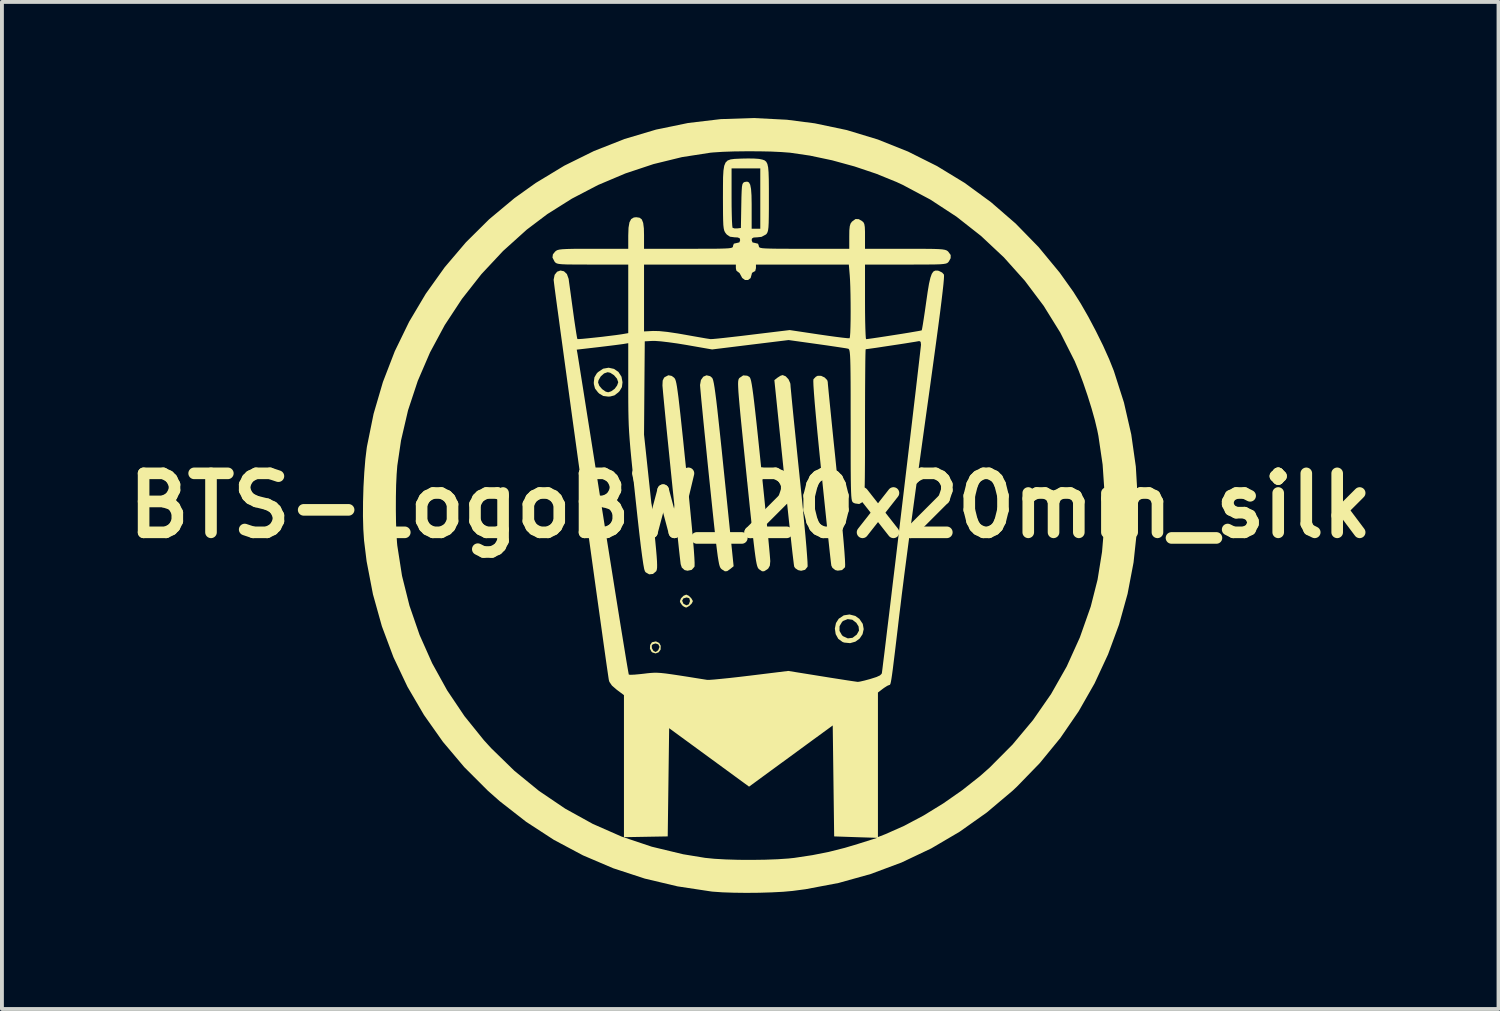
<source format=kicad_pcb>
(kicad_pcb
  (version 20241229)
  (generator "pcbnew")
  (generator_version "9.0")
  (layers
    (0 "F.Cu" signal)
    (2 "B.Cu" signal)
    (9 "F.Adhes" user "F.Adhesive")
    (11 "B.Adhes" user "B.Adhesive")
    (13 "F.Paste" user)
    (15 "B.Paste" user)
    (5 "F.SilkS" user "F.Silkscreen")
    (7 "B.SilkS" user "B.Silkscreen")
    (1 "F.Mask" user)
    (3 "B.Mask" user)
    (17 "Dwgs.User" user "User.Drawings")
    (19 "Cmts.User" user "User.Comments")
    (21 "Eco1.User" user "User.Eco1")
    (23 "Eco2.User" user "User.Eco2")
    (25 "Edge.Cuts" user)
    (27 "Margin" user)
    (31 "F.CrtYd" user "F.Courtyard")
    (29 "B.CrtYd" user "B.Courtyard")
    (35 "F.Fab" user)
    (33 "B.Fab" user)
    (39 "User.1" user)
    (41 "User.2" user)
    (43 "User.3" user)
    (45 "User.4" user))
  (footprint "BTS-LogoBW_20x20mm_silk"
    (layer "F.Cu")
    (at 16.336 10.016)
    (property "Reference" "BTS-LogoBW_20x20mm_silk" (at 0 0 0) (layer "F.SilkS") (effects (font (size 1.524 1.524) (thickness 0.3))))
    (attr board_only exclude_from_pos_files exclude_from_bom)
    (fp_poly (pts (xy -2.352 3.549) (xy -2.313 3.62) (xy -2.316 3.72) (xy -2.367 3.79) (xy -2.445 3.819) (xy -2.529 3.793) (xy -2.551 3.775) (xy -2.591 3.695) (xy -2.587 3.616) (xy -2.545 3.616) (xy -2.541 3.684) (xy -2.502 3.751) (xy -2.447 3.782) (xy -2.447 3.782) (xy -2.403 3.757) (xy -2.374 3.727) (xy -2.344 3.649) (xy -2.375 3.585) (xy -2.447 3.56) (xy -2.519 3.584) (xy -2.545 3.616) (xy -2.587 3.616) (xy -2.587 3.602) (xy -2.542 3.534) (xy -2.535 3.529) (xy -2.436 3.508)) (stroke (width 0) (type solid)) (fill yes) (layer "F.SilkS"))
    (fp_poly (pts (xy -1.591 2.327) (xy -1.525 2.39) (xy -1.486 2.457) (xy -1.483 2.472) (xy -1.511 2.528) (xy -1.574 2.59) (xy -1.641 2.629) (xy -1.66 2.633) (xy -1.716 2.609) (xy -1.759 2.574) (xy -1.806 2.506) (xy -1.817 2.466) (xy -1.814 2.458) (xy -1.759 2.458) (xy -1.727 2.532) (xy -1.722 2.537) (xy -1.648 2.575) (xy -1.586 2.549) (xy -1.558 2.47) (xy -1.557 2.462) (xy -1.575 2.393) (xy -1.639 2.373) (xy -1.646 2.373) (xy -1.729 2.398) (xy -1.759 2.458) (xy -1.814 2.458) (xy -1.788 2.394) (xy -1.723 2.328) (xy -1.653 2.299)) (stroke (width 0) (type solid)) (fill yes) (layer "F.SilkS"))
    (fp_poly (pts (xy 2.715 2.85) (xy 2.821 2.926) (xy 2.908 3.055) (xy 2.932 3.191) (xy 2.903 3.321) (xy 2.829 3.433) (xy 2.719 3.514) (xy 2.582 3.553) (xy 2.428 3.538) (xy 2.386 3.523) (xy 2.275 3.442) (xy 2.208 3.32) (xy 2.196 3.237) (xy 2.307 3.237) (xy 2.37 3.347) (xy 2.399 3.374) (xy 2.522 3.43) (xy 2.644 3.415) (xy 2.753 3.332) (xy 2.811 3.228) (xy 2.8 3.122) (xy 2.741 3.027) (xy 2.638 2.948) (xy 2.517 2.932) (xy 2.401 2.979) (xy 2.373 3.004) (xy 2.308 3.115) (xy 2.307 3.237) (xy 2.196 3.237) (xy 2.187 3.176) (xy 2.216 3.033) (xy 2.287 2.922) (xy 2.417 2.835) (xy 2.566 2.812)) (stroke (width 0) (type solid)) (fill yes) (layer "F.SilkS"))
    (fp_poly (pts (xy -3.521 -3.534) (xy -3.405 -3.454) (xy -3.326 -3.331) (xy -3.3 -3.189) (xy -3.316 -3.062) (xy -3.374 -2.963) (xy -3.409 -2.926) (xy -3.509 -2.849) (xy -3.621 -2.82) (xy -3.671 -2.818) (xy -3.797 -2.834) (xy -3.897 -2.892) (xy -3.933 -2.926) (xy -4.011 -3.027) (xy -4.04 -3.139) (xy -4.042 -3.182) (xy -3.931 -3.182) (xy -3.9 -3.097) (xy -3.827 -3.011) (xy -3.736 -2.947) (xy -3.671 -2.929) (xy -3.592 -2.955) (xy -3.507 -3.016) (xy -3.502 -3.02) (xy -3.44 -3.105) (xy -3.412 -3.185) (xy -3.411 -3.189) (xy -3.443 -3.281) (xy -3.52 -3.371) (xy -3.618 -3.434) (xy -3.685 -3.448) (xy -3.776 -3.417) (xy -3.863 -3.339) (xy -3.92 -3.24) (xy -3.931 -3.182) (xy -4.042 -3.182) (xy -4.042 -3.189) (xy -4.026 -3.315) (xy -3.967 -3.415) (xy -3.933 -3.451) (xy -3.801 -3.539) (xy -3.659 -3.564)) (stroke (width 0) (type solid)) (fill yes) (layer "F.SilkS"))
    (fp_poly (pts (xy 0.917 -3.342) (xy 0.99 -3.264) (xy 1.034 -3.165) (xy 1.04 -3.124) (xy 1.043 -3.07) (xy 1.055 -2.948) (xy 1.072 -2.766) (xy 1.095 -2.531) (xy 1.123 -2.248) (xy 1.156 -1.926) (xy 1.192 -1.569) (xy 1.231 -1.186) (xy 1.273 -0.782) (xy 1.275 -0.76) (xy 1.321 -0.316) (xy 1.362 0.094) (xy 1.397 0.466) (xy 1.428 0.793) (xy 1.452 1.07) (xy 1.469 1.293) (xy 1.48 1.456) (xy 1.483 1.554) (xy 1.481 1.58) (xy 1.417 1.658) (xy 1.315 1.683) (xy 1.237 1.666) (xy 1.164 1.617) (xy 1.137 1.578) (xy 1.129 1.531) (xy 1.115 1.417) (xy 1.094 1.243) (xy 1.068 1.013) (xy 1.038 0.735) (xy 1.003 0.415) (xy 0.965 0.059) (xy 0.925 -0.326) (xy 0.882 -0.734) (xy 0.869 -0.862) (xy 0.624 -3.243) (xy 0.706 -3.308) (xy 0.783 -3.357) (xy 0.838 -3.374)) (stroke (width 0) (type solid)) (fill yes) (layer "F.SilkS"))
    (fp_poly (pts (xy -1.036 -3.346) (xy -0.985 -3.303) (xy -0.971 -3.278) (xy -0.956 -3.232) (xy -0.94 -3.158) (xy -0.922 -3.052) (xy -0.902 -2.91) (xy -0.878 -2.725) (xy -0.851 -2.494) (xy -0.82 -2.21) (xy -0.783 -1.869) (xy -0.74 -1.466) (xy -0.692 -0.996) (xy -0.675 -0.833) (xy -0.429 1.566) (xy -0.515 1.636) (xy -0.595 1.692) (xy -0.654 1.697) (xy -0.726 1.651) (xy -0.742 1.639) (xy -0.759 1.622) (xy -0.775 1.598) (xy -0.79 1.561) (xy -0.805 1.506) (xy -0.82 1.426) (xy -0.838 1.317) (xy -0.857 1.172) (xy -0.88 0.987) (xy -0.906 0.755) (xy -0.937 0.471) (xy -0.973 0.13) (xy -1.015 -0.275) (xy -1.06 -0.706) (xy -1.102 -1.114) (xy -1.141 -1.502) (xy -1.178 -1.864) (xy -1.211 -2.194) (xy -1.239 -2.484) (xy -1.263 -2.728) (xy -1.28 -2.92) (xy -1.292 -3.051) (xy -1.297 -3.116) (xy -1.297 -3.118) (xy -1.274 -3.246) (xy -1.213 -3.332) (xy -1.129 -3.368)) (stroke (width 0) (type solid)) (fill yes) (layer "F.SilkS"))
    (fp_poly (pts (xy 1.833 -3.354) (xy 1.924 -3.311) (xy 1.989 -3.244) (xy 2.003 -3.197) (xy 2.006 -3.15) (xy 2.017 -3.035) (xy 2.034 -2.86) (xy 2.057 -2.63) (xy 2.085 -2.352) (xy 2.117 -2.033) (xy 2.153 -1.678) (xy 2.193 -1.295) (xy 2.234 -0.889) (xy 2.243 -0.803) (xy 2.299 -0.26) (xy 2.346 0.212) (xy 2.384 0.612) (xy 2.414 0.942) (xy 2.435 1.203) (xy 2.448 1.397) (xy 2.453 1.525) (xy 2.45 1.588) (xy 2.448 1.593) (xy 2.372 1.665) (xy 2.261 1.68) (xy 2.197 1.665) (xy 2.124 1.607) (xy 2.096 1.55) (xy 2.089 1.499) (xy 2.075 1.38) (xy 2.055 1.201) (xy 2.03 0.968) (xy 2 0.687) (xy 1.966 0.365) (xy 1.929 0.008) (xy 1.889 -0.377) (xy 1.847 -0.784) (xy 1.838 -0.87) (xy 1.783 -1.417) (xy 1.736 -1.896) (xy 1.698 -2.303) (xy 1.668 -2.64) (xy 1.647 -2.906) (xy 1.634 -3.1) (xy 1.63 -3.221) (xy 1.634 -3.268) (xy 1.697 -3.332) (xy 1.745 -3.356)) (stroke (width 0) (type solid)) (fill yes) (layer "F.SilkS"))
    (fp_poly (pts (xy -2.032 -3.353) (xy -1.97 -3.309) (xy -1.954 -3.292) (xy -1.939 -3.266) (xy -1.924 -3.224) (xy -1.909 -3.162) (xy -1.893 -3.073) (xy -1.876 -2.954) (xy -1.855 -2.798) (xy -1.832 -2.599) (xy -1.804 -2.353) (xy -1.772 -2.054) (xy -1.734 -1.697) (xy -1.691 -1.275) (xy -1.649 -0.871) (xy -1.594 -0.332) (xy -1.548 0.137) (xy -1.51 0.535) (xy -1.48 0.866) (xy -1.458 1.132) (xy -1.444 1.335) (xy -1.437 1.476) (xy -1.438 1.558) (xy -1.441 1.58) (xy -1.513 1.66) (xy -1.621 1.682) (xy -1.696 1.665) (xy -1.768 1.6) (xy -1.797 1.513) (xy -1.805 1.448) (xy -1.82 1.318) (xy -1.841 1.13) (xy -1.866 0.893) (xy -1.896 0.614) (xy -1.928 0.301) (xy -1.963 -0.036) (xy -2 -0.391) (xy -2.037 -0.755) (xy -2.074 -1.12) (xy -2.11 -1.477) (xy -2.145 -1.82) (xy -2.177 -2.139) (xy -2.205 -2.427) (xy -2.229 -2.675) (xy -2.248 -2.876) (xy -2.261 -3.021) (xy -2.268 -3.103) (xy -2.268 -3.111) (xy -2.262 -3.232) (xy -2.227 -3.305) (xy -2.205 -3.324) (xy -2.115 -3.369)) (stroke (width 0) (type solid)) (fill yes) (layer "F.SilkS"))
    (fp_poly (pts (xy -0.078 -3.358) (xy -0.021 -3.325) (xy -0.007 -3.308) (xy 0.008 -3.274) (xy 0.023 -3.219) (xy 0.039 -3.136) (xy 0.057 -3.021) (xy 0.078 -2.868) (xy 0.102 -2.672) (xy 0.13 -2.427) (xy 0.163 -2.129) (xy 0.201 -1.771) (xy 0.245 -1.349) (xy 0.281 -0.999) (xy 0.323 -0.591) (xy 0.363 -0.201) (xy 0.399 0.163) (xy 0.432 0.495) (xy 0.461 0.788) (xy 0.484 1.035) (xy 0.502 1.23) (xy 0.513 1.364) (xy 0.518 1.433) (xy 0.518 1.435) (xy 0.507 1.551) (xy 0.466 1.624) (xy 0.437 1.648) (xy 0.359 1.695) (xy 0.304 1.695) (xy 0.234 1.647) (xy 0.226 1.641) (xy 0.21 1.624) (xy 0.195 1.599) (xy 0.18 1.559) (xy 0.165 1.5) (xy 0.149 1.416) (xy 0.132 1.301) (xy 0.112 1.15) (xy 0.089 0.959) (xy 0.062 0.72) (xy 0.031 0.43) (xy -0.006 0.082) (xy -0.048 -0.328) (xy -0.097 -0.807) (xy -0.099 -0.825) (xy -0.148 -1.305) (xy -0.19 -1.717) (xy -0.225 -2.065) (xy -0.254 -2.357) (xy -0.276 -2.596) (xy -0.293 -2.789) (xy -0.305 -2.941) (xy -0.311 -3.057) (xy -0.314 -3.142) (xy -0.312 -3.203) (xy -0.306 -3.245) (xy -0.297 -3.273) (xy -0.285 -3.292) (xy -0.278 -3.3) (xy -0.182 -3.366)) (stroke (width 0) (type solid)) (fill yes) (layer "F.SilkS"))
    (fp_poly (pts (xy 0.947 -9.972) (xy 1.669 -9.879) (xy 2.495 -9.705) (xy 3.299 -9.461) (xy 4.077 -9.15) (xy 4.826 -8.775) (xy 5.542 -8.339) (xy 6.221 -7.842) (xy 6.859 -7.289) (xy 7.452 -6.681) (xy 7.997 -6.021) (xy 8.35 -5.525) (xy 8.539 -5.225) (xy 8.737 -4.88) (xy 8.932 -4.511) (xy 9.116 -4.139) (xy 9.275 -3.785) (xy 9.396 -3.482) (xy 9.657 -2.665) (xy 9.846 -1.84) (xy 9.964 -1.01) (xy 10.013 -0.179) (xy 9.993 0.649) (xy 9.905 1.47) (xy 9.751 2.278) (xy 9.531 3.071) (xy 9.246 3.844) (xy 8.898 4.593) (xy 8.487 5.314) (xy 8.015 6.002) (xy 7.482 6.653) (xy 6.889 7.264) (xy 6.778 7.368) (xy 6.113 7.929) (xy 5.413 8.425) (xy 4.678 8.857) (xy 3.911 9.221) (xy 3.112 9.519) (xy 2.284 9.75) (xy 1.427 9.912) (xy 1.094 9.956) (xy 0.849 9.978) (xy 0.554 9.993) (xy 0.231 10.003) (xy -0.102 10.006) (xy -0.425 10.002) (xy -0.717 9.992) (xy -0.959 9.975) (xy -1.001 9.971) (xy -1.878 9.838) (xy -2.725 9.637) (xy -3.54 9.37) (xy -4.323 9.036) (xy -5.074 8.636) (xy -5.79 8.17) (xy -6.472 7.638) (xy -6.778 7.368) (xy -7.389 6.757) (xy -7.94 6.104) (xy -8.43 5.41) (xy -8.857 4.68) (xy -9.22 3.914) (xy -9.518 3.117) (xy -9.749 2.29) (xy -9.913 1.436) (xy -9.979 0.898) (xy -9.998 0.611) (xy -10.007 0.272) (xy -10.006 0.101) (xy -9.157 0.101) (xy -9.153 0.418) (xy -9.143 0.709) (xy -9.127 0.954) (xy -9.12 1.03) (xy -8.998 1.813) (xy -8.805 2.585) (xy -8.544 3.341) (xy -8.219 4.072) (xy -7.831 4.774) (xy -7.384 5.439) (xy -6.882 6.061) (xy -6.696 6.265) (xy -6.095 6.851) (xy -5.456 7.373) (xy -4.779 7.831) (xy -4.068 8.224) (xy -3.322 8.552) (xy -2.544 8.813) (xy -1.734 9.008) (xy -1.168 9.101) (xy -0.929 9.125) (xy -0.635 9.142) (xy -0.305 9.152) (xy 0.041 9.154) (xy 0.385 9.149) (xy 0.707 9.137) (xy 0.988 9.118) (xy 1.138 9.102) (xy 1.602 9.032) (xy 2.027 8.948) (xy 2.446 8.842) (xy 2.781 8.742) (xy 3.282 8.584) (xy 2.725 8.566) (xy 2.169 8.547) (xy 2.132 5.68) (xy 1.873 5.869) (xy 1.772 5.943) (xy 1.622 6.052) (xy 1.435 6.189) (xy 1.222 6.345) (xy 0.994 6.512) (xy 0.791 6.66) (xy -0.03 7.261) (xy -2.095 5.751) (xy -2.132 8.547) (xy -2.698 8.557) (xy -3.263 8.567) (xy -3.263 4.896) (xy -3.448 4.758) (xy -3.573 4.65) (xy -3.639 4.554) (xy -3.653 4.507) (xy -3.664 4.437) (xy -3.684 4.3) (xy -3.713 4.102) (xy -3.749 3.847) (xy -3.792 3.542) (xy -3.841 3.19) (xy -3.896 2.797) (xy -3.956 2.369) (xy -4.02 1.91) (xy -4.087 1.425) (xy -4.157 0.92) (xy -4.229 0.4) (xy -4.302 -0.13) (xy -4.376 -0.666) (xy -4.45 -1.202) (xy -4.523 -1.732) (xy -4.595 -2.252) (xy -4.664 -2.757) (xy -4.73 -3.241) (xy -4.793 -3.7) (xy -4.838 -4.031) (xy -4.483 -4.031) (xy -4.465 -3.934) (xy -4.457 -3.885) (xy -4.438 -3.768) (xy -4.409 -3.587) (xy -4.371 -3.347) (xy -4.324 -3.053) (xy -4.27 -2.71) (xy -4.209 -2.322) (xy -4.141 -1.895) (xy -4.068 -1.432) (xy -3.99 -0.939) (xy -3.909 -0.421) (xy -3.824 0.118) (xy -3.802 0.254) (xy -3.717 0.795) (xy -3.634 1.316) (xy -3.555 1.811) (xy -3.481 2.277) (xy -3.412 2.708) (xy -3.349 3.099) (xy -3.292 3.447) (xy -3.243 3.746) (xy -3.203 3.992) (xy -3.171 4.18) (xy -3.149 4.305) (xy -3.138 4.363) (xy -3.136 4.366) (xy -3.093 4.371) (xy -2.993 4.367) (xy -2.853 4.354) (xy -2.752 4.343) (xy -2.654 4.331) (xy -2.57 4.323) (xy -2.49 4.318) (xy -2.405 4.318) (xy -2.307 4.324) (xy -2.186 4.337) (xy -2.033 4.358) (xy -1.839 4.387) (xy -1.595 4.425) (xy -1.291 4.474) (xy -1.113 4.502) (xy -1.053 4.502) (xy -0.93 4.493) (xy -0.754 4.476) (xy -0.537 4.454) (xy -0.289 4.426) (xy -0.02 4.394) (xy -0.019 4.394) (xy 0.983 4.271) (xy 1.854 4.411) (xy 2.102 4.451) (xy 2.327 4.486) (xy 2.518 4.516) (xy 2.665 4.538) (xy 2.757 4.551) (xy 2.781 4.554) (xy 2.842 4.545) (xy 2.951 4.52) (xy 3.089 4.483) (xy 3.115 4.475) (xy 3.263 4.428) (xy 3.352 4.387) (xy 3.395 4.346) (xy 3.403 4.32) (xy 3.417 4.21) (xy 3.438 4.037) (xy 3.467 3.807) (xy 3.501 3.527) (xy 3.54 3.2) (xy 3.585 2.834) (xy 3.633 2.434) (xy 3.684 2.005) (xy 3.739 1.553) (xy 3.795 1.084) (xy 3.852 0.604) (xy 3.91 0.117) (xy 3.968 -0.369) (xy 4.025 -0.85) (xy 4.081 -1.32) (xy 4.135 -1.773) (xy 4.186 -2.204) (xy 4.233 -2.606) (xy 4.277 -2.975) (xy 4.315 -3.304) (xy 4.348 -3.588) (xy 4.375 -3.821) (xy 4.395 -3.997) (xy 4.408 -4.112) (xy 4.413 -4.158) (xy 4.413 -4.159) (xy 4.404 -4.233) (xy 4.368 -4.253) (xy 4.329 -4.246) (xy 4.273 -4.236) (xy 4.16 -4.218) (xy 4.006 -4.193) (xy 3.824 -4.165) (xy 3.63 -4.136) (xy 3.438 -4.107) (xy 3.263 -4.08) (xy 3.119 -4.06) (xy 3.02 -4.046) (xy 2.984 -4.042) (xy 2.98 -4.006) (xy 2.977 -3.903) (xy 2.974 -3.739) (xy 2.972 -3.522) (xy 2.97 -3.258) (xy 2.968 -2.954) (xy 2.967 -2.617) (xy 2.966 -2.254) (xy 2.966 -2.098) (xy 2.966 -1.664) (xy 2.966 -1.298) (xy 2.964 -0.994) (xy 2.962 -0.747) (xy 2.959 -0.55) (xy 2.954 -0.398) (xy 2.948 -0.284) (xy 2.941 -0.202) (xy 2.932 -0.148) (xy 2.921 -0.114) (xy 2.908 -0.095) (xy 2.816 -0.042) (xy 2.707 -0.057) (xy 2.667 -0.075) (xy 2.652 -0.086) (xy 2.638 -0.104) (xy 2.627 -0.134) (xy 2.618 -0.184) (xy 2.611 -0.258) (xy 2.606 -0.364) (xy 2.602 -0.506) (xy 2.599 -0.692) (xy 2.597 -0.926) (xy 2.596 -1.215) (xy 2.596 -1.566) (xy 2.596 -1.983) (xy 2.596 -2.075) (xy 2.595 -2.508) (xy 2.595 -2.872) (xy 2.594 -3.173) (xy 2.592 -3.418) (xy 2.589 -3.613) (xy 2.585 -3.763) (xy 2.58 -3.874) (xy 2.573 -3.953) (xy 2.565 -4.004) (xy 2.554 -4.035) (xy 2.542 -4.05) (xy 2.531 -4.055) (xy 2.475 -4.066) (xy 2.359 -4.084) (xy 2.193 -4.109) (xy 1.991 -4.139) (xy 1.765 -4.171) (xy 1.729 -4.176) (xy 0.992 -4.279) (xy 0.004 -4.158) (xy -0.985 -4.036) (xy -1.648 -4.152) (xy -1.886 -4.191) (xy -2.11 -4.222) (xy -2.304 -4.245) (xy -2.453 -4.256) (xy -2.518 -4.257) (xy -2.725 -4.246) (xy -2.735 -3.041) (xy -2.744 -1.835) (xy -2.56 -0.112) (xy -2.517 0.293) (xy -2.482 0.631) (xy -2.454 0.908) (xy -2.433 1.13) (xy -2.418 1.304) (xy -2.409 1.437) (xy -2.406 1.535) (xy -2.407 1.605) (xy -2.414 1.652) (xy -2.424 1.683) (xy -2.431 1.696) (xy -2.513 1.765) (xy -2.611 1.775) (xy -2.7 1.724) (xy -2.721 1.696) (xy -2.74 1.638) (xy -2.763 1.511) (xy -2.792 1.314) (xy -2.827 1.046) (xy -2.867 0.707) (xy -2.913 0.296) (xy -2.963 -0.167) (xy -3.007 -0.579) (xy -3.043 -0.929) (xy -3.073 -1.225) (xy -3.097 -1.478) (xy -3.115 -1.698) (xy -3.129 -1.896) (xy -3.139 -2.081) (xy -3.145 -2.265) (xy -3.149 -2.457) (xy -3.151 -2.668) (xy -3.152 -2.907) (xy -3.152 -3.073) (xy -3.152 -4.198) (xy -3.272 -4.178) (xy -3.352 -4.167) (xy -3.488 -4.149) (xy -3.665 -4.127) (xy -3.864 -4.103) (xy -3.938 -4.094) (xy -4.483 -4.031) (xy -4.838 -4.031) (xy -4.851 -4.127) (xy -4.905 -4.519) (xy -4.952 -4.87) (xy -4.994 -5.175) (xy -5.028 -5.428) (xy -5.054 -5.625) (xy -5.071 -5.761) (xy -5.079 -5.83) (xy -5.08 -5.837) (xy -5.054 -5.965) (xy -4.99 -6.045) (xy -4.903 -6.076) (xy -4.813 -6.056) (xy -4.737 -5.985) (xy -4.693 -5.862) (xy -4.692 -5.859) (xy -4.682 -5.781) (xy -4.663 -5.645) (xy -4.638 -5.463) (xy -4.609 -5.25) (xy -4.578 -5.025) (xy -4.548 -4.806) (xy -4.519 -4.612) (xy -4.495 -4.457) (xy -4.477 -4.351) (xy -4.466 -4.306) (xy -4.466 -4.305) (xy -4.426 -4.304) (xy -4.328 -4.311) (xy -4.186 -4.325) (xy -4.014 -4.343) (xy -3.828 -4.363) (xy -3.643 -4.386) (xy -3.472 -4.407) (xy -3.332 -4.427) (xy -3.272 -4.437) (xy -3.152 -4.458) (xy -3.152 -4.502) (xy -2.744 -4.502) (xy -2.512 -4.514) (xy -2.356 -4.511) (xy -2.139 -4.489) (xy -1.87 -4.449) (xy -1.687 -4.417) (xy -1.481 -4.38) (xy -1.297 -4.348) (xy -1.148 -4.322) (xy -1.05 -4.307) (xy -1.02 -4.303) (xy -0.964 -4.306) (xy -0.845 -4.317) (xy -0.674 -4.335) (xy -0.461 -4.359) (xy -0.216 -4.387) (xy 0.037 -4.418) (xy 1.02 -4.537) (xy 1.78 -4.423) (xy 2.009 -4.39) (xy 2.213 -4.362) (xy 2.381 -4.341) (xy 2.501 -4.328) (xy 2.563 -4.325) (xy 2.568 -4.326) (xy 2.577 -4.367) (xy 2.585 -4.47) (xy 2.59 -4.621) (xy 2.594 -4.808) (xy 2.595 -5.018) (xy 2.594 -5.238) (xy 2.591 -5.456) (xy 2.586 -5.659) (xy 2.579 -5.834) (xy 2.572 -5.946) (xy 2.548 -6.229) (xy 0.148 -6.229) (xy 0.148 -6.137) (xy 0.129 -6.062) (xy 0.093 -6.044) (xy 0.046 -6.014) (xy 0.037 -5.977) (xy 0.01 -5.881) (xy -0.055 -5.831) (xy -0.135 -5.831) (xy -0.207 -5.883) (xy -0.234 -5.933) (xy -0.276 -6.01) (xy -0.321 -6.044) (xy -0.323 -6.044) (xy -0.359 -6.076) (xy -0.371 -6.137) (xy -0.371 -6.229) (xy -2.744 -6.229) (xy -2.744 -4.502) (xy -3.152 -4.502) (xy -3.152 -6.229) (xy -4.077 -6.229) (xy -4.362 -6.23) (xy -4.582 -6.231) (xy -4.747 -6.233) (xy -4.864 -6.238) (xy -4.944 -6.246) (xy -4.995 -6.258) (xy -5.027 -6.275) (xy -5.049 -6.297) (xy -5.059 -6.312) (xy -5.11 -6.411) (xy -5.099 -6.493) (xy -5.043 -6.563) (xy -5.016 -6.586) (xy -4.981 -6.604) (xy -4.929 -6.617) (xy -4.851 -6.626) (xy -4.736 -6.632) (xy -4.577 -6.636) (xy -4.362 -6.637) (xy -4.083 -6.637) (xy -4.06 -6.637) (xy -3.152 -6.637) (xy -3.152 -6.977) (xy -3.145 -7.181) (xy -3.121 -7.32) (xy -3.077 -7.405) (xy -3.008 -7.446) (xy -2.945 -7.453) (xy -2.859 -7.44) (xy -2.801 -7.395) (xy -2.766 -7.306) (xy -2.748 -7.164) (xy -2.744 -6.987) (xy -2.744 -6.637) (xy -1.594 -6.637) (xy -1.273 -6.638) (xy -1.017 -6.638) (xy -0.821 -6.64) (xy -0.675 -6.644) (xy -0.573 -6.649) (xy -0.507 -6.657) (xy -0.468 -6.668) (xy -0.45 -6.683) (xy -0.445 -6.702) (xy -0.445 -6.712) (xy -0.423 -6.77) (xy -0.352 -6.786) (xy -0.28 -6.803) (xy -0.26 -6.86) (xy -0.272 -6.909) (xy -0.323 -6.93) (xy -0.405 -6.934) (xy -0.522 -6.949) (xy -0.603 -7.003) (xy -0.628 -7.032) (xy -0.653 -7.067) (xy -0.672 -7.109) (xy -0.685 -7.167) (xy -0.695 -7.252) (xy -0.7 -7.373) (xy -0.703 -7.542) (xy -0.704 -7.767) (xy -0.705 -7.955) (xy -0.705 -7.96) (xy -0.482 -7.96) (xy -0.481 -7.73) (xy -0.477 -7.527) (xy -0.472 -7.36) (xy -0.465 -7.241) (xy -0.457 -7.183) (xy -0.456 -7.18) (xy -0.402 -7.163) (xy -0.335 -7.164) (xy -0.241 -7.175) (xy -0.231 -7.757) (xy -0.227 -7.977) (xy -0.221 -8.133) (xy -0.214 -8.238) (xy -0.202 -8.303) (xy -0.184 -8.339) (xy -0.159 -8.357) (xy -0.141 -8.364) (xy -0.079 -8.373) (xy -0.033 -8.352) (xy -0.000002 -8.291) (xy 0.021 -8.182) (xy 0.033 -8.018) (xy 0.037 -7.791) (xy 0.037 -7.706) (xy 0.037 -7.156) (xy 0.26 -7.156) (xy 0.26 -8.714) (xy -0.482 -8.714) (xy -0.482 -7.96) (xy -0.705 -7.96) (xy -0.704 -8.252) (xy -0.702 -8.483) (xy -0.692 -8.657) (xy -0.672 -8.782) (xy -0.637 -8.866) (xy -0.583 -8.919) (xy -0.506 -8.947) (xy -0.403 -8.96) (xy -0.269 -8.966) (xy -0.224 -8.968) (xy -0.056 -8.971) (xy 0.099 -8.969) (xy 0.214 -8.961) (xy 0.242 -8.957) (xy 0.315 -8.942) (xy 0.371 -8.922) (xy 0.413 -8.887) (xy 0.443 -8.83) (xy 0.463 -8.741) (xy 0.474 -8.612) (xy 0.48 -8.433) (xy 0.482 -8.196) (xy 0.482 -7.951) (xy 0.482 -7.674) (xy 0.48 -7.462) (xy 0.477 -7.305) (xy 0.471 -7.193) (xy 0.461 -7.116) (xy 0.447 -7.066) (xy 0.429 -7.032) (xy 0.408 -7.008) (xy 0.293 -6.946) (xy 0.185 -6.934) (xy 0.088 -6.928) (xy 0.045 -6.903) (xy 0.037 -6.86) (xy 0.059 -6.802) (xy 0.13 -6.786) (xy 0.202 -6.768) (xy 0.222 -6.712) (xy 0.225 -6.691) (xy 0.236 -6.675) (xy 0.264 -6.662) (xy 0.317 -6.652) (xy 0.402 -6.646) (xy 0.526 -6.642) (xy 0.698 -6.639) (xy 0.925 -6.638) (xy 1.215 -6.637) (xy 1.391 -6.637) (xy 2.559 -6.637) (xy 2.559 -6.953) (xy 2.561 -7.114) (xy 2.572 -7.22) (xy 2.593 -7.289) (xy 2.629 -7.339) (xy 2.633 -7.342) (xy 2.719 -7.405) (xy 2.802 -7.404) (xy 2.884 -7.358) (xy 2.924 -7.324) (xy 2.948 -7.277) (xy 2.961 -7.2) (xy 2.966 -7.077) (xy 2.966 -6.969) (xy 2.966 -6.637) (xy 4.005 -6.637) (xy 4.31 -6.637) (xy 4.55 -6.636) (xy 4.733 -6.634) (xy 4.868 -6.629) (xy 4.963 -6.622) (xy 5.028 -6.611) (xy 5.071 -6.597) (xy 5.1 -6.579) (xy 5.117 -6.563) (xy 5.18 -6.477) (xy 5.179 -6.394) (xy 5.134 -6.312) (xy 5.115 -6.288) (xy 5.092 -6.269) (xy 5.055 -6.255) (xy 4.997 -6.245) (xy 4.908 -6.237) (xy 4.78 -6.233) (xy 4.606 -6.231) (xy 4.375 -6.23) (xy 4.08 -6.229) (xy 4.021 -6.229) (xy 2.966 -6.229) (xy 2.966 -5.265) (xy 2.967 -5.007) (xy 2.97 -4.775) (xy 2.975 -4.578) (xy 2.981 -4.428) (xy 2.987 -4.333) (xy 2.994 -4.302) (xy 3.054 -4.309) (xy 3.169 -4.325) (xy 3.325 -4.348) (xy 3.509 -4.376) (xy 3.707 -4.407) (xy 3.905 -4.438) (xy 4.089 -4.468) (xy 4.247 -4.495) (xy 4.363 -4.515) (xy 4.425 -4.528) (xy 4.431 -4.53) (xy 4.441 -4.57) (xy 4.459 -4.672) (xy 4.483 -4.825) (xy 4.512 -5.016) (xy 4.543 -5.234) (xy 4.545 -5.249) (xy 4.585 -5.525) (xy 4.62 -5.735) (xy 4.655 -5.887) (xy 4.691 -5.989) (xy 4.732 -6.049) (xy 4.782 -6.074) (xy 4.843 -6.073) (xy 4.872 -6.067) (xy 4.958 -6.024) (xy 5.004 -5.974) (xy 5.008 -5.937) (xy 5.004 -5.851) (xy 4.992 -5.716) (xy 4.971 -5.526) (xy 4.942 -5.281) (xy 4.904 -4.977) (xy 4.856 -4.612) (xy 4.798 -4.181) (xy 4.73 -3.684) (xy 4.652 -3.117) (xy 4.633 -2.98) (xy 4.537 -2.293) (xy 4.451 -1.673) (xy 4.374 -1.116) (xy 4.304 -0.615) (xy 4.242 -0.164) (xy 4.187 0.242) (xy 4.137 0.608) (xy 4.092 0.942) (xy 4.052 1.247) (xy 4.015 1.53) (xy 3.98 1.797) (xy 3.948 2.053) (xy 3.916 2.304) (xy 3.886 2.556) (xy 3.854 2.814) (xy 3.822 3.085) (xy 3.821 3.096) (xy 3.776 3.473) (xy 3.739 3.782) (xy 3.708 4.031) (xy 3.684 4.227) (xy 3.664 4.374) (xy 3.648 4.481) (xy 3.635 4.554) (xy 3.624 4.599) (xy 3.613 4.624) (xy 3.603 4.633) (xy 3.591 4.635) (xy 3.591 4.635) (xy 3.541 4.656) (xy 3.46 4.708) (xy 3.427 4.732) (xy 3.3 4.829) (xy 3.3 8.564) (xy 3.495 8.488) (xy 3.979 8.273) (xy 4.483 8.005) (xy 4.989 7.694) (xy 5.479 7.352) (xy 5.938 6.989) (xy 6.183 6.772) (xy 6.777 6.175) (xy 7.307 5.541) (xy 7.774 4.868) (xy 8.178 4.156) (xy 8.518 3.405) (xy 8.797 2.613) (xy 8.802 2.596) (xy 8.975 1.914) (xy 9.091 1.195) (xy 9.153 0.451) (xy 9.157 -0.305) (xy 9.106 -1.061) (xy 8.997 -1.803) (xy 8.968 -1.947) (xy 8.906 -2.208) (xy 8.82 -2.514) (xy 8.717 -2.843) (xy 8.605 -3.172) (xy 8.491 -3.478) (xy 8.382 -3.74) (xy 8.379 -3.745) (xy 8.011 -4.473) (xy 7.582 -5.164) (xy 7.095 -5.812) (xy 6.555 -6.415) (xy 5.965 -6.968) (xy 5.33 -7.467) (xy 4.654 -7.909) (xy 3.94 -8.289) (xy 3.778 -8.364) (xy 3.257 -8.576) (xy 2.695 -8.765) (xy 2.115 -8.924) (xy 1.543 -9.045) (xy 1.03 -9.12) (xy 0.808 -9.137) (xy 0.533 -9.15) (xy 0.223 -9.156) (xy -0.101 -9.157) (xy -0.418 -9.153) (xy -0.709 -9.143) (xy -0.954 -9.127) (xy -1.03 -9.12) (xy -1.764 -9.006) (xy -2.499 -8.826) (xy -3.226 -8.584) (xy -3.933 -8.285) (xy -4.608 -7.933) (xy -5.242 -7.534) (xy -5.773 -7.133) (xy -6.387 -6.58) (xy -6.947 -5.981) (xy -7.449 -5.342) (xy -7.893 -4.667) (xy -8.274 -3.959) (xy -8.591 -3.223) (xy -8.842 -2.464) (xy -9.023 -1.686) (xy -9.12 -1.03) (xy -9.137 -0.808) (xy -9.15 -0.533) (xy -9.156 -0.223) (xy -9.157 0.101) (xy -10.006 0.101) (xy -10.005 -0.1) (xy -9.994 -0.483) (xy -9.973 -0.857) (xy -9.945 -1.201) (xy -9.909 -1.495) (xy -9.904 -1.527) (xy -9.732 -2.374) (xy -9.491 -3.196) (xy -9.185 -3.989) (xy -8.815 -4.75) (xy -8.384 -5.475) (xy -7.894 -6.161) (xy -7.347 -6.804) (xy -6.746 -7.4) (xy -6.092 -7.946) (xy -5.543 -8.338) (xy -4.804 -8.785) (xy -4.037 -9.164) (xy -3.246 -9.475) (xy -2.434 -9.717) (xy -1.605 -9.888) (xy -0.763 -9.988) (xy 0.089 -10.016)) (stroke (width 0) (type solid)) (fill yes) (layer "F.SilkS")))
  (gr_rect
    (start -3 -3)
    (end 35.672 23.022)
    (stroke (width 0.1) (type default))
    (fill no)
    (layer "Edge.Cuts")))
</source>
